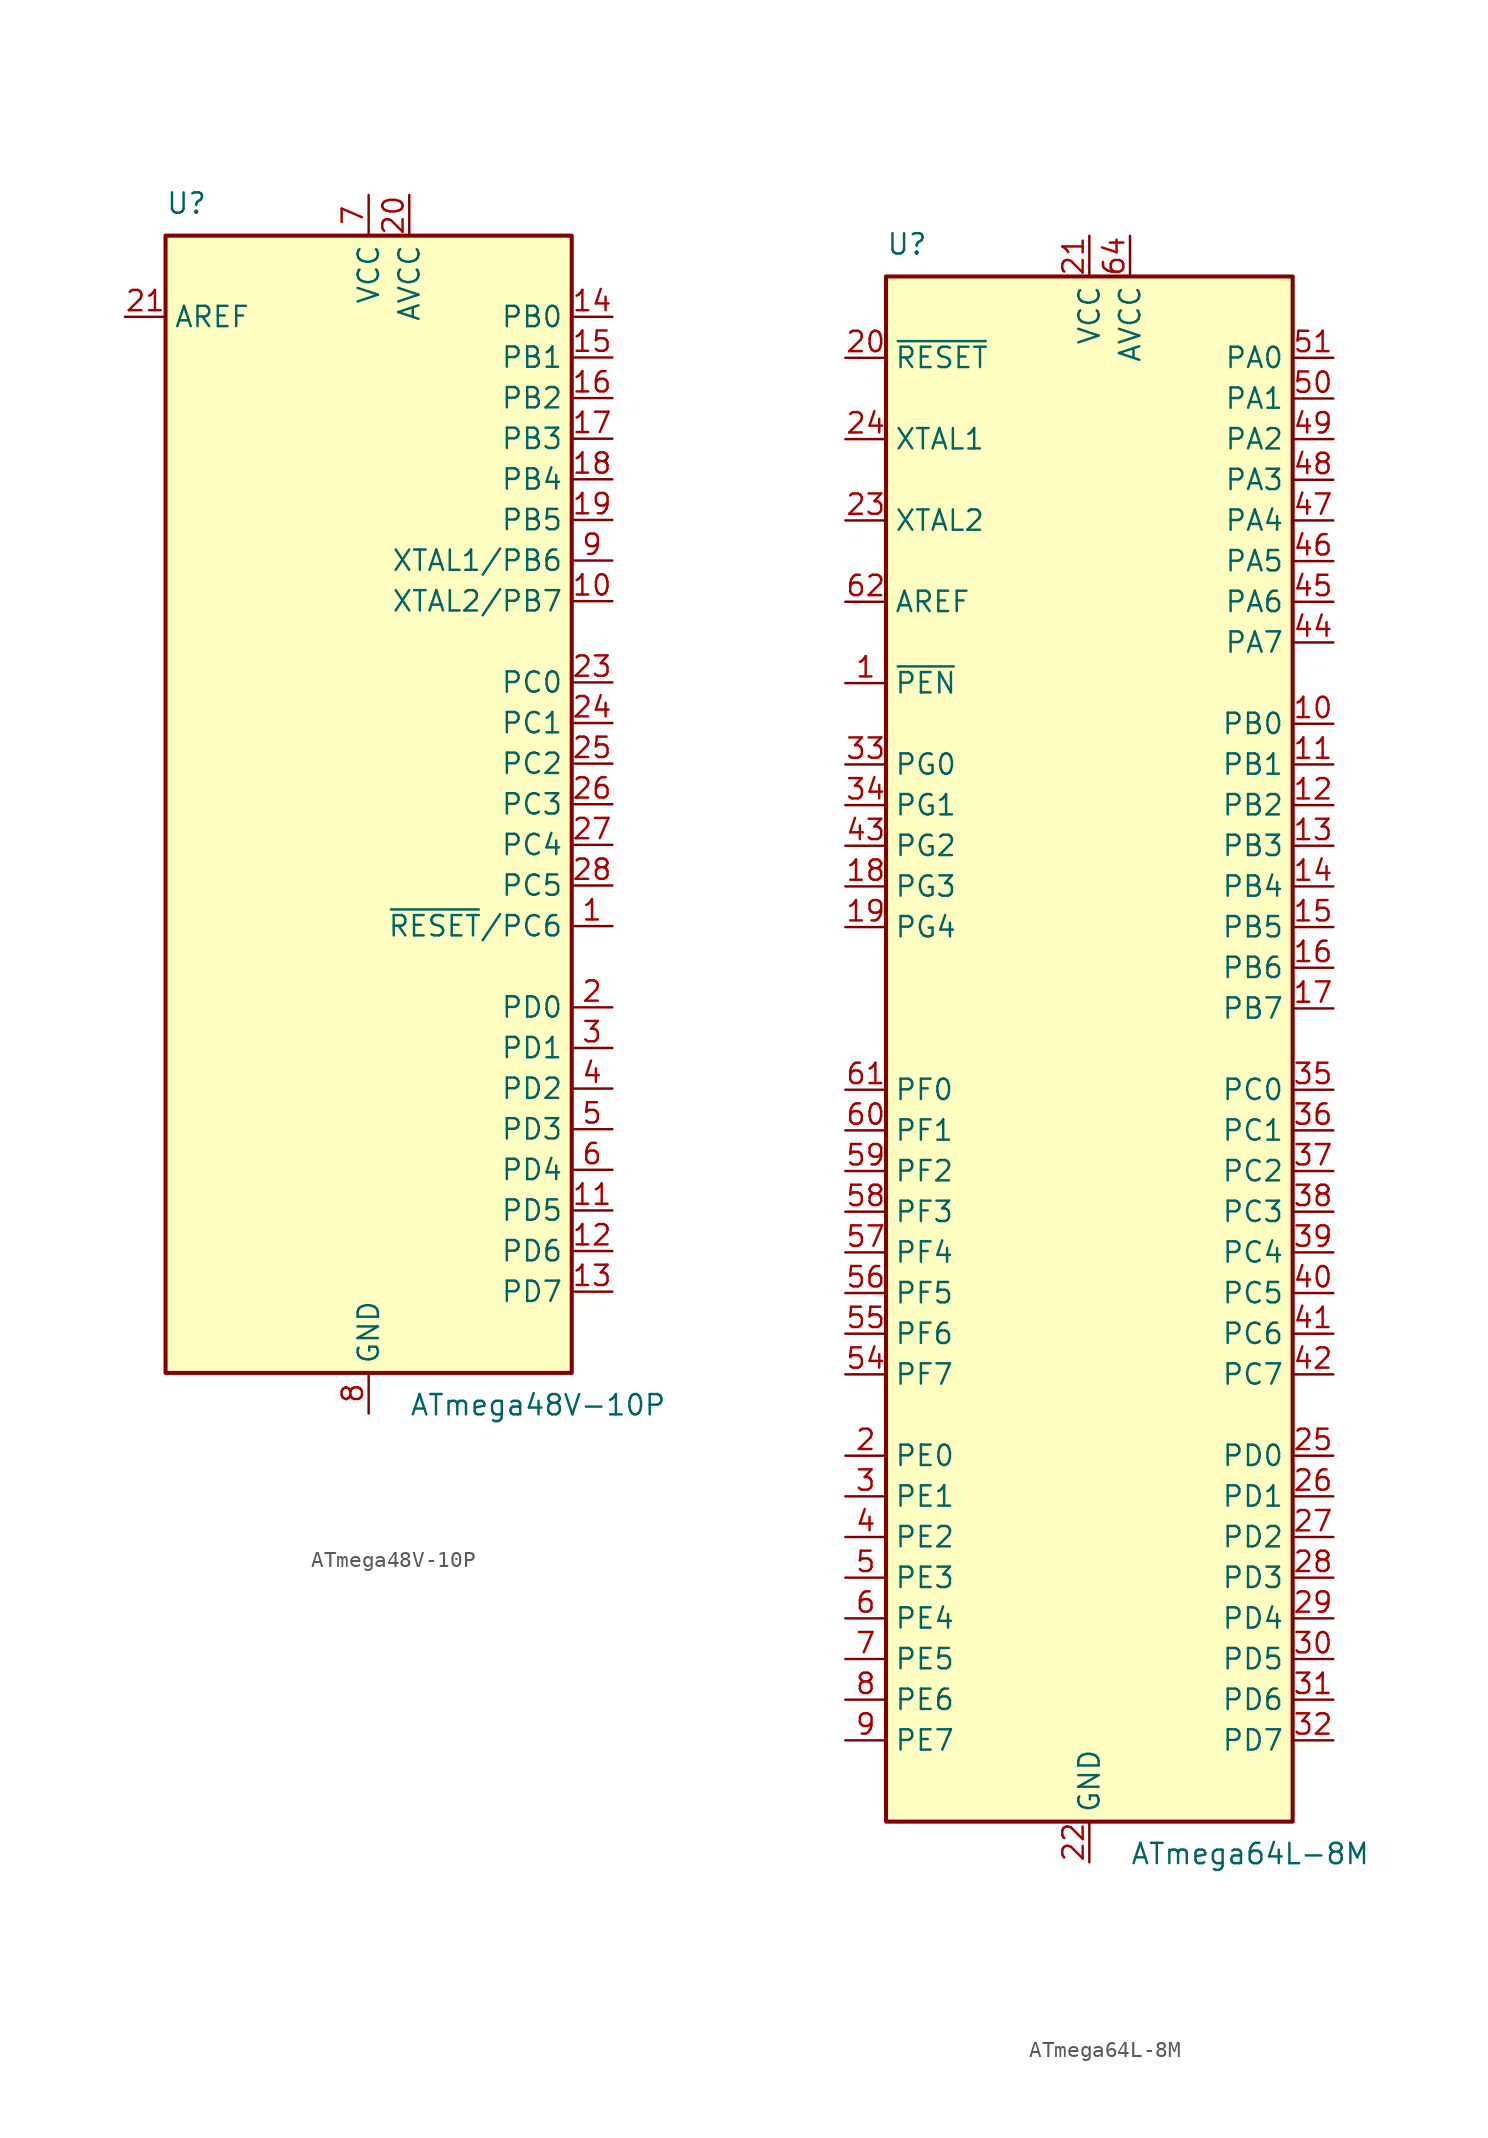
<source format=kicad_sym>
(kicad_symbol_lib
  (version 20211014)
  (generator kicad_symbol_editor)
  (symbol "ATmega48V-10P"
    (property "Reference" "U"
      (at -12.7 36.83 0)
      (effects (font (size 1.27 1.27)) (justify left bottom)))
    (property "Value" "ATmega48V-10P"
      (at 2.54 -36.83 0)
      (effects (font (size 1.27 1.27)) (justify left top)))
    (symbol "ATmega48V-10P_0_1"
      (rectangle (start -12.7 -35.56) (end 12.7 35.56) (stroke (width 0.254) (type default) (color 0 0 0 0)) (fill (type background))))
    (symbol "ATmega48V-10P_1_1"
      (pin bidirectional line (at 15.24 -7.62 180) (length 2.54) (name "~{RESET}/PC6" (effects (font (size 1.27 1.27)))) (number "1" (effects (font (size 1.27 1.27)))))
      (pin bidirectional line (at 15.24 12.7 180) (length 2.54) (name "XTAL2/PB7" (effects (font (size 1.27 1.27)))) (number "10" (effects (font (size 1.27 1.27)))))
      (pin bidirectional line (at 15.24 -25.4 180) (length 2.54) (name "PD5" (effects (font (size 1.27 1.27)))) (number "11" (effects (font (size 1.27 1.27)))))
      (pin bidirectional line (at 15.24 -27.94 180) (length 2.54) (name "PD6" (effects (font (size 1.27 1.27)))) (number "12" (effects (font (size 1.27 1.27)))))
      (pin bidirectional line (at 15.24 -30.48 180) (length 2.54) (name "PD7" (effects (font (size 1.27 1.27)))) (number "13" (effects (font (size 1.27 1.27)))))
      (pin bidirectional line (at 15.24 30.48 180) (length 2.54) (name "PB0" (effects (font (size 1.27 1.27)))) (number "14" (effects (font (size 1.27 1.27)))))
      (pin bidirectional line (at 15.24 27.94 180) (length 2.54) (name "PB1" (effects (font (size 1.27 1.27)))) (number "15" (effects (font (size 1.27 1.27)))))
      (pin bidirectional line (at 15.24 25.4 180) (length 2.54) (name "PB2" (effects (font (size 1.27 1.27)))) (number "16" (effects (font (size 1.27 1.27)))))
      (pin bidirectional line (at 15.24 22.86 180) (length 2.54) (name "PB3" (effects (font (size 1.27 1.27)))) (number "17" (effects (font (size 1.27 1.27)))))
      (pin bidirectional line (at 15.24 20.32 180) (length 2.54) (name "PB4" (effects (font (size 1.27 1.27)))) (number "18" (effects (font (size 1.27 1.27)))))
      (pin bidirectional line (at 15.24 17.78 180) (length 2.54) (name "PB5" (effects (font (size 1.27 1.27)))) (number "19" (effects (font (size 1.27 1.27)))))
      (pin bidirectional line (at 15.24 -12.7 180) (length 2.54) (name "PD0" (effects (font (size 1.27 1.27)))) (number "2" (effects (font (size 1.27 1.27)))))
      (pin power_in line (at 2.54 38.1 270) (length 2.54) (name "AVCC" (effects (font (size 1.27 1.27)))) (number "20" (effects (font (size 1.27 1.27)))))
      (pin passive line (at -15.24 30.48 0) (length 2.54) (name "AREF" (effects (font (size 1.27 1.27)))) (number "21" (effects (font (size 1.27 1.27)))))
      (pin passive line (at 0 -38.1 90) (length 2.54) hide (name "GND" (effects (font (size 1.27 1.27)))) (number "22" (effects (font (size 1.27 1.27)))))
      (pin bidirectional line (at 15.24 7.62 180) (length 2.54) (name "PC0" (effects (font (size 1.27 1.27)))) (number "23" (effects (font (size 1.27 1.27)))))
      (pin bidirectional line (at 15.24 5.08 180) (length 2.54) (name "PC1" (effects (font (size 1.27 1.27)))) (number "24" (effects (font (size 1.27 1.27)))))
      (pin bidirectional line (at 15.24 2.54 180) (length 2.54) (name "PC2" (effects (font (size 1.27 1.27)))) (number "25" (effects (font (size 1.27 1.27)))))
      (pin bidirectional line (at 15.24 0 180) (length 2.54) (name "PC3" (effects (font (size 1.27 1.27)))) (number "26" (effects (font (size 1.27 1.27)))))
      (pin bidirectional line (at 15.24 -2.54 180) (length 2.54) (name "PC4" (effects (font (size 1.27 1.27)))) (number "27" (effects (font (size 1.27 1.27)))))
      (pin bidirectional line (at 15.24 -5.08 180) (length 2.54) (name "PC5" (effects (font (size 1.27 1.27)))) (number "28" (effects (font (size 1.27 1.27)))))
      (pin bidirectional line (at 15.24 -15.24 180) (length 2.54) (name "PD1" (effects (font (size 1.27 1.27)))) (number "3" (effects (font (size 1.27 1.27)))))
      (pin bidirectional line (at 15.24 -17.78 180) (length 2.54) (name "PD2" (effects (font (size 1.27 1.27)))) (number "4" (effects (font (size 1.27 1.27)))))
      (pin bidirectional line (at 15.24 -20.32 180) (length 2.54) (name "PD3" (effects (font (size 1.27 1.27)))) (number "5" (effects (font (size 1.27 1.27)))))
      (pin bidirectional line (at 15.24 -22.86 180) (length 2.54) (name "PD4" (effects (font (size 1.27 1.27)))) (number "6" (effects (font (size 1.27 1.27)))))
      (pin power_in line (at 0 38.1 270) (length 2.54) (name "VCC" (effects (font (size 1.27 1.27)))) (number "7" (effects (font (size 1.27 1.27)))))
      (pin power_in line (at 0 -38.1 90) (length 2.54) (name "GND" (effects (font (size 1.27 1.27)))) (number "8" (effects (font (size 1.27 1.27)))))
      (pin bidirectional line (at 15.24 15.24 180) (length 2.54) (name "XTAL1/PB6" (effects (font (size 1.27 1.27)))) (number "9" (effects (font (size 1.27 1.27)))))))
  (symbol "ATmega64L-8M"
    (property "Reference" "U"
      (at -12.7 49.53 0)
      (effects (font (size 1.27 1.27)) (justify left bottom)))
    (property "Value" "ATmega64L-8M"
      (at 2.54 -49.53 0)
      (effects (font (size 1.27 1.27)) (justify left top)))
    (symbol "ATmega64L-8M_0_1"
      (rectangle (start -12.7 -48.26) (end 12.7 48.26) (stroke (width 0.254) (type default) (color 0 0 0 0)) (fill (type background))))
    (symbol "ATmega64L-8M_1_1"
      (pin input line (at -15.24 22.86 0) (length 2.54) (name "~{PEN}" (effects (font (size 1.27 1.27)))) (number "1" (effects (font (size 1.27 1.27)))))
      (pin bidirectional line (at 15.24 20.32 180) (length 2.54) (name "PB0" (effects (font (size 1.27 1.27)))) (number "10" (effects (font (size 1.27 1.27)))))
      (pin bidirectional line (at 15.24 17.78 180) (length 2.54) (name "PB1" (effects (font (size 1.27 1.27)))) (number "11" (effects (font (size 1.27 1.27)))))
      (pin bidirectional line (at 15.24 15.24 180) (length 2.54) (name "PB2" (effects (font (size 1.27 1.27)))) (number "12" (effects (font (size 1.27 1.27)))))
      (pin bidirectional line (at 15.24 12.7 180) (length 2.54) (name "PB3" (effects (font (size 1.27 1.27)))) (number "13" (effects (font (size 1.27 1.27)))))
      (pin bidirectional line (at 15.24 10.16 180) (length 2.54) (name "PB4" (effects (font (size 1.27 1.27)))) (number "14" (effects (font (size 1.27 1.27)))))
      (pin bidirectional line (at 15.24 7.62 180) (length 2.54) (name "PB5" (effects (font (size 1.27 1.27)))) (number "15" (effects (font (size 1.27 1.27)))))
      (pin bidirectional line (at 15.24 5.08 180) (length 2.54) (name "PB6" (effects (font (size 1.27 1.27)))) (number "16" (effects (font (size 1.27 1.27)))))
      (pin bidirectional line (at 15.24 2.54 180) (length 2.54) (name "PB7" (effects (font (size 1.27 1.27)))) (number "17" (effects (font (size 1.27 1.27)))))
      (pin bidirectional line (at -15.24 10.16 0) (length 2.54) (name "PG3" (effects (font (size 1.27 1.27)))) (number "18" (effects (font (size 1.27 1.27)))))
      (pin bidirectional line (at -15.24 7.62 0) (length 2.54) (name "PG4" (effects (font (size 1.27 1.27)))) (number "19" (effects (font (size 1.27 1.27)))))
      (pin bidirectional line (at -15.24 -25.4 0) (length 2.54) (name "PE0" (effects (font (size 1.27 1.27)))) (number "2" (effects (font (size 1.27 1.27)))))
      (pin input line (at -15.24 43.18 0) (length 2.54) (name "~{RESET}" (effects (font (size 1.27 1.27)))) (number "20" (effects (font (size 1.27 1.27)))))
      (pin power_in line (at 0 50.8 270) (length 2.54) (name "VCC" (effects (font (size 1.27 1.27)))) (number "21" (effects (font (size 1.27 1.27)))))
      (pin power_in line (at 0 -50.8 90) (length 2.54) (name "GND" (effects (font (size 1.27 1.27)))) (number "22" (effects (font (size 1.27 1.27)))))
      (pin output line (at -15.24 33.02 0) (length 2.54) (name "XTAL2" (effects (font (size 1.27 1.27)))) (number "23" (effects (font (size 1.27 1.27)))))
      (pin input line (at -15.24 38.1 0) (length 2.54) (name "XTAL1" (effects (font (size 1.27 1.27)))) (number "24" (effects (font (size 1.27 1.27)))))
      (pin bidirectional line (at 15.24 -25.4 180) (length 2.54) (name "PD0" (effects (font (size 1.27 1.27)))) (number "25" (effects (font (size 1.27 1.27)))))
      (pin bidirectional line (at 15.24 -27.94 180) (length 2.54) (name "PD1" (effects (font (size 1.27 1.27)))) (number "26" (effects (font (size 1.27 1.27)))))
      (pin bidirectional line (at 15.24 -30.48 180) (length 2.54) (name "PD2" (effects (font (size 1.27 1.27)))) (number "27" (effects (font (size 1.27 1.27)))))
      (pin bidirectional line (at 15.24 -33.02 180) (length 2.54) (name "PD3" (effects (font (size 1.27 1.27)))) (number "28" (effects (font (size 1.27 1.27)))))
      (pin bidirectional line (at 15.24 -35.56 180) (length 2.54) (name "PD4" (effects (font (size 1.27 1.27)))) (number "29" (effects (font (size 1.27 1.27)))))
      (pin bidirectional line (at -15.24 -27.94 0) (length 2.54) (name "PE1" (effects (font (size 1.27 1.27)))) (number "3" (effects (font (size 1.27 1.27)))))
      (pin bidirectional line (at 15.24 -38.1 180) (length 2.54) (name "PD5" (effects (font (size 1.27 1.27)))) (number "30" (effects (font (size 1.27 1.27)))))
      (pin bidirectional line (at 15.24 -40.64 180) (length 2.54) (name "PD6" (effects (font (size 1.27 1.27)))) (number "31" (effects (font (size 1.27 1.27)))))
      (pin bidirectional line (at 15.24 -43.18 180) (length 2.54) (name "PD7" (effects (font (size 1.27 1.27)))) (number "32" (effects (font (size 1.27 1.27)))))
      (pin bidirectional line (at -15.24 17.78 0) (length 2.54) (name "PG0" (effects (font (size 1.27 1.27)))) (number "33" (effects (font (size 1.27 1.27)))))
      (pin bidirectional line (at -15.24 15.24 0) (length 2.54) (name "PG1" (effects (font (size 1.27 1.27)))) (number "34" (effects (font (size 1.27 1.27)))))
      (pin bidirectional line (at 15.24 -2.54 180) (length 2.54) (name "PC0" (effects (font (size 1.27 1.27)))) (number "35" (effects (font (size 1.27 1.27)))))
      (pin bidirectional line (at 15.24 -5.08 180) (length 2.54) (name "PC1" (effects (font (size 1.27 1.27)))) (number "36" (effects (font (size 1.27 1.27)))))
      (pin bidirectional line (at 15.24 -7.62 180) (length 2.54) (name "PC2" (effects (font (size 1.27 1.27)))) (number "37" (effects (font (size 1.27 1.27)))))
      (pin bidirectional line (at 15.24 -10.16 180) (length 2.54) (name "PC3" (effects (font (size 1.27 1.27)))) (number "38" (effects (font (size 1.27 1.27)))))
      (pin bidirectional line (at 15.24 -12.7 180) (length 2.54) (name "PC4" (effects (font (size 1.27 1.27)))) (number "39" (effects (font (size 1.27 1.27)))))
      (pin bidirectional line (at -15.24 -30.48 0) (length 2.54) (name "PE2" (effects (font (size 1.27 1.27)))) (number "4" (effects (font (size 1.27 1.27)))))
      (pin bidirectional line (at 15.24 -15.24 180) (length 2.54) (name "PC5" (effects (font (size 1.27 1.27)))) (number "40" (effects (font (size 1.27 1.27)))))
      (pin bidirectional line (at 15.24 -17.78 180) (length 2.54) (name "PC6" (effects (font (size 1.27 1.27)))) (number "41" (effects (font (size 1.27 1.27)))))
      (pin bidirectional line (at 15.24 -20.32 180) (length 2.54) (name "PC7" (effects (font (size 1.27 1.27)))) (number "42" (effects (font (size 1.27 1.27)))))
      (pin bidirectional line (at -15.24 12.7 0) (length 2.54) (name "PG2" (effects (font (size 1.27 1.27)))) (number "43" (effects (font (size 1.27 1.27)))))
      (pin bidirectional line (at 15.24 25.4 180) (length 2.54) (name "PA7" (effects (font (size 1.27 1.27)))) (number "44" (effects (font (size 1.27 1.27)))))
      (pin bidirectional line (at 15.24 27.94 180) (length 2.54) (name "PA6" (effects (font (size 1.27 1.27)))) (number "45" (effects (font (size 1.27 1.27)))))
      (pin bidirectional line (at 15.24 30.48 180) (length 2.54) (name "PA5" (effects (font (size 1.27 1.27)))) (number "46" (effects (font (size 1.27 1.27)))))
      (pin bidirectional line (at 15.24 33.02 180) (length 2.54) (name "PA4" (effects (font (size 1.27 1.27)))) (number "47" (effects (font (size 1.27 1.27)))))
      (pin bidirectional line (at 15.24 35.56 180) (length 2.54) (name "PA3" (effects (font (size 1.27 1.27)))) (number "48" (effects (font (size 1.27 1.27)))))
      (pin bidirectional line (at 15.24 38.1 180) (length 2.54) (name "PA2" (effects (font (size 1.27 1.27)))) (number "49" (effects (font (size 1.27 1.27)))))
      (pin bidirectional line (at -15.24 -33.02 0) (length 2.54) (name "PE3" (effects (font (size 1.27 1.27)))) (number "5" (effects (font (size 1.27 1.27)))))
      (pin bidirectional line (at 15.24 40.64 180) (length 2.54) (name "PA1" (effects (font (size 1.27 1.27)))) (number "50" (effects (font (size 1.27 1.27)))))
      (pin bidirectional line (at 15.24 43.18 180) (length 2.54) (name "PA0" (effects (font (size 1.27 1.27)))) (number "51" (effects (font (size 1.27 1.27)))))
      (pin passive line (at 0 50.8 270) (length 2.54) hide (name "VCC" (effects (font (size 1.27 1.27)))) (number "52" (effects (font (size 1.27 1.27)))))
      (pin passive line (at 0 -50.8 90) (length 2.54) hide (name "GND" (effects (font (size 1.27 1.27)))) (number "53" (effects (font (size 1.27 1.27)))))
      (pin bidirectional line (at -15.24 -20.32 0) (length 2.54) (name "PF7" (effects (font (size 1.27 1.27)))) (number "54" (effects (font (size 1.27 1.27)))))
      (pin bidirectional line (at -15.24 -17.78 0) (length 2.54) (name "PF6" (effects (font (size 1.27 1.27)))) (number "55" (effects (font (size 1.27 1.27)))))
      (pin bidirectional line (at -15.24 -15.24 0) (length 2.54) (name "PF5" (effects (font (size 1.27 1.27)))) (number "56" (effects (font (size 1.27 1.27)))))
      (pin bidirectional line (at -15.24 -12.7 0) (length 2.54) (name "PF4" (effects (font (size 1.27 1.27)))) (number "57" (effects (font (size 1.27 1.27)))))
      (pin bidirectional line (at -15.24 -10.16 0) (length 2.54) (name "PF3" (effects (font (size 1.27 1.27)))) (number "58" (effects (font (size 1.27 1.27)))))
      (pin bidirectional line (at -15.24 -7.62 0) (length 2.54) (name "PF2" (effects (font (size 1.27 1.27)))) (number "59" (effects (font (size 1.27 1.27)))))
      (pin bidirectional line (at -15.24 -35.56 0) (length 2.54) (name "PE4" (effects (font (size 1.27 1.27)))) (number "6" (effects (font (size 1.27 1.27)))))
      (pin bidirectional line (at -15.24 -5.08 0) (length 2.54) (name "PF1" (effects (font (size 1.27 1.27)))) (number "60" (effects (font (size 1.27 1.27)))))
      (pin bidirectional line (at -15.24 -2.54 0) (length 2.54) (name "PF0" (effects (font (size 1.27 1.27)))) (number "61" (effects (font (size 1.27 1.27)))))
      (pin passive line (at -15.24 27.94 0) (length 2.54) (name "AREF" (effects (font (size 1.27 1.27)))) (number "62" (effects (font (size 1.27 1.27)))))
      (pin passive line (at 0 -50.8 90) (length 2.54) hide (name "GND" (effects (font (size 1.27 1.27)))) (number "63" (effects (font (size 1.27 1.27)))))
      (pin power_in line (at 2.54 50.8 270) (length 2.54) (name "AVCC" (effects (font (size 1.27 1.27)))) (number "64" (effects (font (size 1.27 1.27)))))
      (pin passive line (at 0 -50.8 90) (length 2.54) hide (name "GND" (effects (font (size 1.27 1.27)))) (number "65" (effects (font (size 1.27 1.27)))))
      (pin bidirectional line (at -15.24 -38.1 0) (length 2.54) (name "PE5" (effects (font (size 1.27 1.27)))) (number "7" (effects (font (size 1.27 1.27)))))
      (pin bidirectional line (at -15.24 -40.64 0) (length 2.54) (name "PE6" (effects (font (size 1.27 1.27)))) (number "8" (effects (font (size 1.27 1.27)))))
      (pin bidirectional line (at -15.24 -43.18 0) (length 2.54) (name "PE7" (effects (font (size 1.27 1.27)))) (number "9" (effects (font (size 1.27 1.27))))))))
</source>
